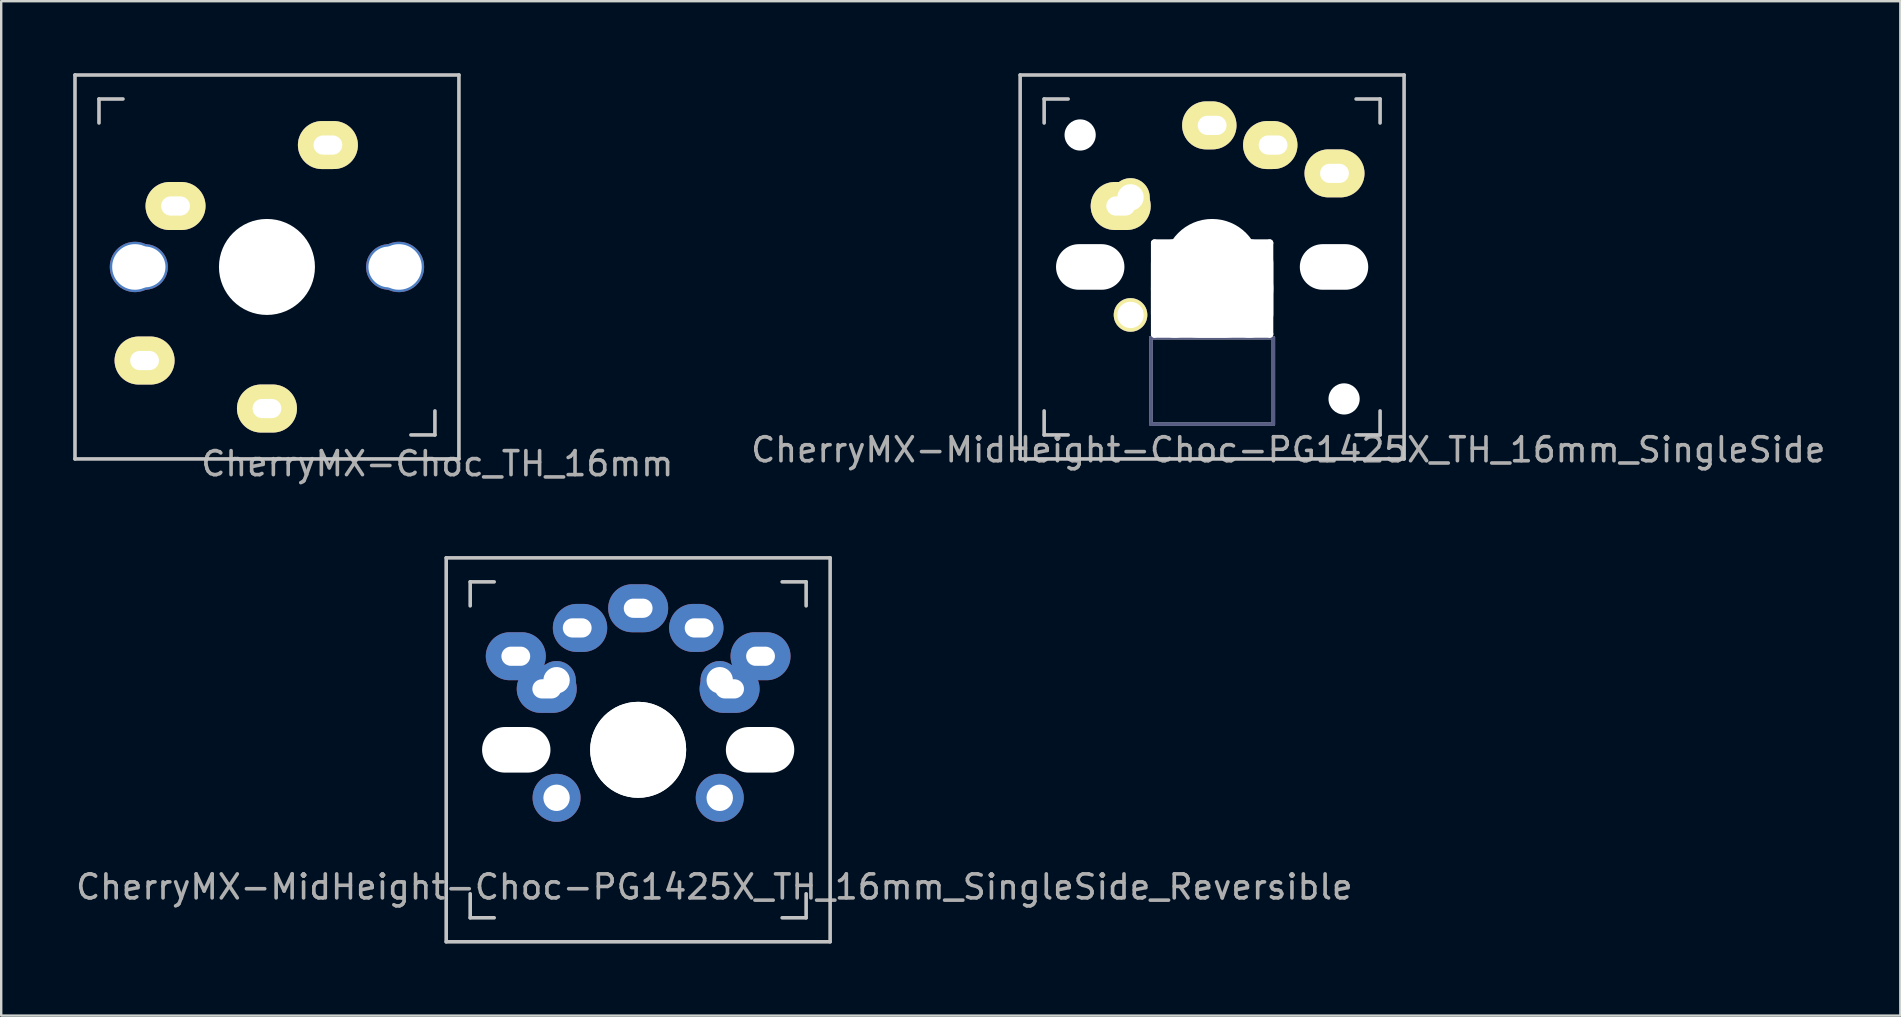
<source format=kicad_pcb>
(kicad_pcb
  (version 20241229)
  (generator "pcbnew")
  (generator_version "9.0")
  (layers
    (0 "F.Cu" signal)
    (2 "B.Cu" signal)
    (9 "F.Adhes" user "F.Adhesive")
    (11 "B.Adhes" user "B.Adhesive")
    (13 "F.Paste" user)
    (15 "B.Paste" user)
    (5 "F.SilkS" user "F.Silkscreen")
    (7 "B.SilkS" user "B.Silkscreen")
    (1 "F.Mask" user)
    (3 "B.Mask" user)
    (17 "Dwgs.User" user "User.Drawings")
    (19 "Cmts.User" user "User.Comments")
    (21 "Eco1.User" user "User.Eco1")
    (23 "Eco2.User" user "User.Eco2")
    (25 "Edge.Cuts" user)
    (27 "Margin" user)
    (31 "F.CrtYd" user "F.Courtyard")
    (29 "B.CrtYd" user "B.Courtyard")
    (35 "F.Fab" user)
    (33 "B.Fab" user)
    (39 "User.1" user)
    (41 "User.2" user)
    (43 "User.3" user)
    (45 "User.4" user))
  (footprint "CherryMX-Choc_TH_16mm"
    (layer "F.Cu")
    (at 8.075 8.075)
    (property "Reference" "CherryMX-Choc_TH_16mm" (at 7.1 8.2 0) (layer "F.Fab") (effects (font (size 1 1) (thickness 0.15))))
    (attr through_hole)
    (fp_line (start -8 -8) (end 8 -8) (stroke (width 0.15) (type solid)) (layer "Dwgs.User"))
    (fp_line (start -8 8) (end -8 -8) (stroke (width 0.15) (type solid)) (layer "Dwgs.User"))
    (fp_line (start -7 -7) (end -6 -7) (stroke (width 0.15) (type solid)) (layer "Dwgs.User"))
    (fp_line (start -7 -6) (end -7 -7) (stroke (width 0.15) (type solid)) (layer "Dwgs.User"))
    (fp_line (start 6 7) (end 7 7) (stroke (width 0.15) (type solid)) (layer "Dwgs.User"))
    (fp_line (start 7 7) (end 7 6) (stroke (width 0.15) (type solid)) (layer "Dwgs.User"))
    (fp_line (start 8 -8) (end 8 8) (stroke (width 0.15) (type solid)) (layer "Dwgs.User"))
    (fp_line (start 8 8) (end -8 8) (stroke (width 0.15) (type solid)) (layer "Dwgs.User"))
    (pad "" np_thru_hole circle (at -5.5 0 90) (size 2.1 2.1) (drill 1.9) (layers "*.Cu" "*.Mask"))
    (pad "" np_thru_hole circle (at -5.08 0) (size 1.9 1.9) (drill 1.7) (layers "*.Cu" "*.Mask"))
    (pad "" np_thru_hole circle (at 0 0 90) (size 4 4) (drill 4) (layers "*.Cu" "*.Mask"))
    (pad "" np_thru_hole circle (at 5.08 0) (size 1.9 1.9) (drill 1.7) (layers "*.Cu" "*.Mask"))
    (pad "" np_thru_hole circle (at 5.5 0 90) (size 2.1 2.1) (drill 1.9) (layers "*.Cu" "*.Mask"))
    (pad "1" thru_hole oval (at -5.1 3.9) (size 2.5 2) (drill oval 1.2 0.8) (layers "*.Cu" "B.Mask" "F.SilkS"))
    (pad "1" thru_hole oval (at -3.81 -2.54) (size 2.5 2) (drill oval 1.2 0.8) (layers "*.Cu" "B.Mask" "F.SilkS"))
    (pad "2" thru_hole oval (at 0 5.9) (size 2.5 2) (drill oval 1.2 0.8) (layers "*.Cu" "B.Mask" "F.SilkS"))
    (pad "2" thru_hole oval (at 2.54 -5.08) (size 2.5 2) (drill oval 1.2 0.8) (layers "*.Cu" "B.Mask" "F.SilkS")))
  (footprint "CherryMX-MidHeight-Choc-PG1425X_TH_16mm_SingleSide_Reversible"
    (layer "F.Cu")
    (at 23.545 28.198)
    (property "Reference" "CherryMX-MidHeight-Choc-PG1425X_TH_16mm_SingleSide_Reversible" (at 3.175 5.715 0) (layer "F.Fab") (effects (font (size 1 1) (thickness 0.15))))
    (attr through_hole)
    (fp_line (start -8 -8) (end 8 -8) (stroke (width 0.15) (type solid)) (layer "Dwgs.User"))
    (fp_line (start -8 8) (end -8 -8) (stroke (width 0.15) (type solid)) (layer "Dwgs.User"))
    (fp_line (start -7 -7) (end -7 -6) (stroke (width 0.15) (type solid)) (layer "Dwgs.User"))
    (fp_line (start -7 6) (end -7 7) (stroke (width 0.15) (type solid)) (layer "Dwgs.User"))
    (fp_line (start -7 7) (end -6 7) (stroke (width 0.15) (type solid)) (layer "Dwgs.User"))
    (fp_line (start -6 -7) (end -7 -7) (stroke (width 0.15) (type solid)) (layer "Dwgs.User"))
    (fp_line (start 6 7) (end 7 7) (stroke (width 0.15) (type solid)) (layer "Dwgs.User"))
    (fp_line (start 7 -7) (end 6 -7) (stroke (width 0.15) (type solid)) (layer "Dwgs.User"))
    (fp_line (start 7 -6) (end 7 -7) (stroke (width 0.15) (type solid)) (layer "Dwgs.User"))
    (fp_line (start 7 7) (end 7 6) (stroke (width 0.15) (type solid)) (layer "Dwgs.User"))
    (fp_line (start 8 -8) (end 8 8) (stroke (width 0.15) (type solid)) (layer "Dwgs.User"))
    (fp_line (start 8 8) (end -8 8) (stroke (width 0.15) (type solid)) (layer "Dwgs.User"))
    (pad "" np_thru_hole oval (at -5.08 0) (size 2.85 1.9) (drill oval 2.85 1.9) (layers "*.Cu" "*.Mask"))
    (pad "" np_thru_hole circle (at 0 0 270) (size 4 4) (drill 4) (layers "*.Cu" "*.Mask"))
    (pad "" np_thru_hole circle (at 0 0 90) (size 4 4) (drill 4) (layers "*.Cu" "*.Mask"))
    (pad "" np_thru_hole oval (at 5.08 0 180) (size 2.85 1.9) (drill oval 2.85 1.9) (layers "*.Cu" "*.Mask"))
    (pad "1" thru_hole oval (at -5.1 -3.9 180) (size 2.5 2) (drill oval 1.2 0.8) (layers "*.Cu" "F.Mask"))
    (pad "1" thru_hole oval (at -3.81 -2.54) (size 2.5 2) (drill oval 1.2 0.8) (layers "*.Cu" "B.Mask"))
    (pad "1" thru_hole circle (at -3.4 -2.9 270) (size 1.6 1.6) (drill 1.1) (layers "*.Cu" "B.Mask"))
    (pad "1" thru_hole circle (at 3.4 -2.9 90) (size 1.6 1.6) (drill 1.1) (layers "*.Cu" "F.Mask"))
    (pad "1" thru_hole oval (at 3.81 -2.54) (size 2.5 2) (drill oval 1.2 0.8) (layers "*.Cu" "F.Mask"))
    (pad "1" thru_hole oval (at 5.1 -3.9 180) (size 2.5 2) (drill oval 1.2 0.8) (layers "*.Cu" "B.Mask"))
    (pad "2" thru_hole circle (at -3.4 2 180) (size 2 2) (drill 1.1) (layers "*.Cu" "B.Mask"))
    (pad "2" thru_hole oval (at -2.54 -5.08) (size 2.266 2) (drill oval 1.2 0.8 (offset 0.117 0)) (layers "*.Cu" "F.Mask"))
    (pad "2" thru_hole oval (at 0 -5.9 180) (size 2.5 2) (drill oval 1.2 0.8) (layers "*.Cu" "*.Mask"))
    (pad "2" thru_hole oval (at 2.54 -5.08) (size 2.266 2) (drill oval 1.2 0.8 (offset -0.117 0)) (layers "*.Cu" "B.Mask"))
    (pad "2" thru_hole circle (at 3.4 2 180) (size 2 2) (drill 1.1) (layers "*.Cu" "F.Mask")))
  (footprint "CherryMX-MidHeight-Choc-PG1425X_TH_16mm_SingleSide"
    (layer "F.Cu")
    (at 47.464 8.075)
    (property "Reference" "CherryMX-MidHeight-Choc-PG1425X_TH_16mm_SingleSide" (at 3.175 7.62 0) (layer "F.Fab") (effects (font (size 1 1) (thickness 0.15))))
    (attr through_hole)
    (fp_line (start -8 -8) (end 8 -8) (stroke (width 0.15) (type solid)) (layer "Dwgs.User"))
    (fp_line (start -8 8) (end -8 -8) (stroke (width 0.15) (type solid)) (layer "Dwgs.User"))
    (fp_line (start -7 -7) (end -7 -6) (stroke (width 0.15) (type solid)) (layer "Dwgs.User"))
    (fp_line (start -7 6) (end -7 7) (stroke (width 0.15) (type solid)) (layer "Dwgs.User"))
    (fp_line (start -7 7) (end -6 7) (stroke (width 0.15) (type solid)) (layer "Dwgs.User"))
    (fp_line (start -6 -7) (end -7 -7) (stroke (width 0.15) (type solid)) (layer "Dwgs.User"))
    (fp_line (start 6 7) (end 7 7) (stroke (width 0.15) (type solid)) (layer "Dwgs.User"))
    (fp_line (start 7 -7) (end 6 -7) (stroke (width 0.15) (type solid)) (layer "Dwgs.User"))
    (fp_line (start 7 -6) (end 7 -7) (stroke (width 0.15) (type solid)) (layer "Dwgs.User"))
    (fp_line (start 7 7) (end 7 6) (stroke (width 0.15) (type solid)) (layer "Dwgs.User"))
    (fp_line (start 8 -8) (end 8 8) (stroke (width 0.15) (type solid)) (layer "Dwgs.User"))
    (fp_line (start 8 8) (end -8 8) (stroke (width 0.15) (type solid)) (layer "Dwgs.User"))
    (fp_line (start -2.55 2.95) (end 2.55 2.95) (stroke (width 0.15) (type solid)) (layer "B.Fab"))
    (fp_line (start -2.55 6.55) (end -2.55 2.95) (stroke (width 0.15) (type solid)) (layer "B.Fab"))
    (fp_line (start 2.55 2.95) (end 2.55 6.55) (stroke (width 0.15) (type solid)) (layer "B.Fab"))
    (fp_line (start 2.55 6.55) (end -2.55 6.55) (stroke (width 0.15) (type solid)) (layer "B.Fab"))
    (fp_line (start -2.55 2.95) (end -2.55 6.55) (stroke (width 0.15) (type solid)) (layer "F.Fab"))
    (fp_line (start -2.55 6.55) (end 2.55 6.55) (stroke (width 0.15) (type solid)) (layer "F.Fab"))
    (fp_line (start 2.55 2.95) (end -2.55 2.95) (stroke (width 0.15) (type solid)) (layer "F.Fab"))
    (fp_line (start 2.55 6.55) (end 2.55 2.95) (stroke (width 0.15) (type solid)) (layer "F.Fab"))
    (pad "" np_thru_hole circle (at -5.5 -5.5 180) (size 1.3 1.3) (drill 1.3) (layers "*.Cu" "*.Mask"))
    (pad "" np_thru_hole oval (at -5.08 0) (size 2.85 1.9) (drill oval 2.85 1.9) (layers "*.Cu" "*.Mask"))
    (pad "" np_thru_hole oval (at -2.4 0.9) (size 0.3 4.1) (drill oval 0.3 4.1) (layers "*.Cu" "*.Mask"))
    (pad "" np_thru_hole oval (at -1.55 0.9) (size 2 4.1) (drill oval 2 4.1) (layers "*.Cu" "*.Mask"))
    (pad "" np_thru_hole oval (at 0 -1) (size 5.1 0.3) (drill oval 5.1 0.3) (layers "*.Cu" "*.Mask"))
    (pad "" np_thru_hole circle (at 0 0 90) (size 4 4) (drill 4) (layers "*.Cu" "*.Mask"))
    (pad "" np_thru_hole oval (at 0 0.9) (size 5.1 4.1) (drill oval 5.1 4.1) (layers "*.Cu" "*.Mask"))
    (pad "" np_thru_hole oval (at 0 2.8) (size 5.1 0.3) (drill oval 5.1 0.3) (layers "*.Cu" "*.Mask"))
    (pad "" np_thru_hole oval (at 1.55 0.9) (size 2 4.1) (drill oval 2 4.1) (layers "*.Cu" "*.Mask"))
    (pad "" np_thru_hole oval (at 2.4 0.9) (size 0.3 4.1) (drill oval 0.3 4.1) (layers "*.Cu" "*.Mask"))
    (pad "" np_thru_hole oval (at 5.08 0 180) (size 2.85 1.9) (drill oval 2.85 1.9) (layers "*.Cu" "*.Mask"))
    (pad "" np_thru_hole circle (at 5.5 5.5 180) (size 1.3 1.3) (drill 1.3) (layers "*.Cu" "*.Mask"))
    (pad "1" thru_hole oval (at -3.81 -2.54) (size 2.5 2) (drill oval 1.2 0.8) (layers "*.Cu" "B.Mask" "F.SilkS"))
    (pad "1" thru_hole circle (at -3.4 -2.9 180) (size 1.6 1.6) (drill 1.1) (layers "*.Cu" "B.Mask" "F.SilkS"))
    (pad "1" thru_hole oval (at 5.1 -3.9 180) (size 2.5 2) (drill oval 1.2 0.8) (layers "*.Cu" "B.Mask" "F.SilkS"))
    (pad "2" thru_hole circle (at -3.4 2 180) (size 1.4 1.4) (drill 1.1) (layers "*.Cu" "B.Mask" "F.SilkS"))
    (pad "2" thru_hole oval (at 0 -5.9 180) (size 2.266 2) (drill oval 1.2 0.8 (offset 0.117 0)) (layers "*.Cu" "B.Mask" "F.SilkS"))
    (pad "2" thru_hole oval (at 2.54 -5.08) (size 2.266 2) (drill oval 1.2 0.8 (offset -0.117 0)) (layers "*.Cu" "B.Mask" "F.SilkS")))
  (gr_rect
    (start -3 -3)
    (end 76.145 39.273)
    (stroke (width 0.1) (type default))
    (fill no)
    (layer "Edge.Cuts")))
</source>
